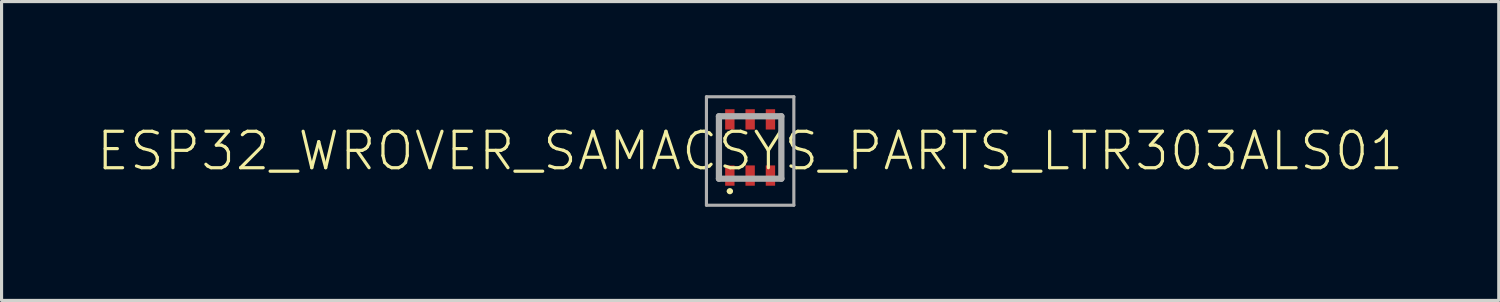
<source format=kicad_pcb>
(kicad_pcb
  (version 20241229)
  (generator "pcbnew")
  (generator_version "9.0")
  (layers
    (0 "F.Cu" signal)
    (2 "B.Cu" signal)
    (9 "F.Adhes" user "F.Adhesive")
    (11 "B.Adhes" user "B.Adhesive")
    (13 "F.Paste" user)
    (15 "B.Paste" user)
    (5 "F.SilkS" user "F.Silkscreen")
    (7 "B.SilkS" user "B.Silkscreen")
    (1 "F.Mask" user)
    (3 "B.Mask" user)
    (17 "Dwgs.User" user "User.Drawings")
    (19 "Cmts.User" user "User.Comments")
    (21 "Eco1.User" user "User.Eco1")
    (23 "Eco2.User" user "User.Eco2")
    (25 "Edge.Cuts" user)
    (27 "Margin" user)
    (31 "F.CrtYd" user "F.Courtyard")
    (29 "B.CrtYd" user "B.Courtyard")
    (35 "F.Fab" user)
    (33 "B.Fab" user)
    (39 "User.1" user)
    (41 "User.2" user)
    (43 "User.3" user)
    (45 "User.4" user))
  (footprint "ESP32_WROVER_SAMACSYS_PARTS_LTR303ALS01"
    (layer "F.Cu")
    (at 20.983 1.675)
    (property "Reference" "ESP32_WROVER_SAMACSYS_PARTS_LTR303ALS01" (at 0 0.113 0) (layer "F.SilkS") (effects (font (size 1.168 1.168) (thickness 0.102))))
    (fp_line (start -1 -1) (end -1 1) (stroke (width 0.1) (type solid)) (layer "F.SilkS"))
    (fp_line (start 1 -1) (end 1 1) (stroke (width 0.1) (type solid)) (layer "F.SilkS"))
    (fp_arc (start -0.7 1.4) (mid -0.65 1.35) (end -0.6 1.4) (stroke (width 0.1) (type solid)) (layer "F.SilkS"))
    (fp_arc (start -0.6 1.4) (mid -0.65 1.45) (end -0.7 1.4) (stroke (width 0.1) (type solid)) (layer "F.SilkS"))
    (fp_line (start -1.4 -1.625) (end 1.4 -1.625) (stroke (width 0.1) (type solid)) (layer "F.Fab"))
    (fp_line (start -1.4 1.85) (end -1.4 -1.625) (stroke (width 0.1) (type solid)) (layer "F.Fab"))
    (fp_line (start -1 -1) (end 1 -1) (stroke (width 0.2) (type solid)) (layer "F.Fab"))
    (fp_line (start -1 1) (end -1 -1) (stroke (width 0.2) (type solid)) (layer "F.Fab"))
    (fp_line (start 1 -1) (end 1 1) (stroke (width 0.2) (type solid)) (layer "F.Fab"))
    (fp_line (start 1 1) (end -1 1) (stroke (width 0.2) (type solid)) (layer "F.Fab"))
    (fp_line (start 1.4 -1.625) (end 1.4 1.85) (stroke (width 0.1) (type solid)) (layer "F.Fab"))
    (fp_line (start 1.4 1.85) (end -1.4 1.85) (stroke (width 0.1) (type solid)) (layer "F.Fab"))
    (pad "1" smd rect (at -0.65 0.9 90) (size 0.65 0.3) (layers "F.Cu" "F.Mask" "F.Paste"))
    (pad "2" smd rect (at 0 0.9 90) (size 0.65 0.3) (layers "F.Cu" "F.Mask" "F.Paste"))
    (pad "3" smd rect (at 0.65 0.9 90) (size 0.65 0.3) (layers "F.Cu" "F.Mask" "F.Paste"))
    (pad "4" smd rect (at 0.65 -0.9 90) (size 0.65 0.3) (layers "F.Cu" "F.Mask" "F.Paste"))
    (pad "5" smd rect (at 0 -0.9 90) (size 0.65 0.3) (layers "F.Cu" "F.Mask" "F.Paste"))
    (pad "6" smd rect (at -0.65 -0.9 90) (size 0.65 0.3) (layers "F.Cu" "F.Mask" "F.Paste")))
  (gr_rect
    (start -3 -3)
    (end 44.967 6.575)
    (stroke (width 0.1) (type default))
    (fill no)
    (layer "Edge.Cuts")))
</source>
